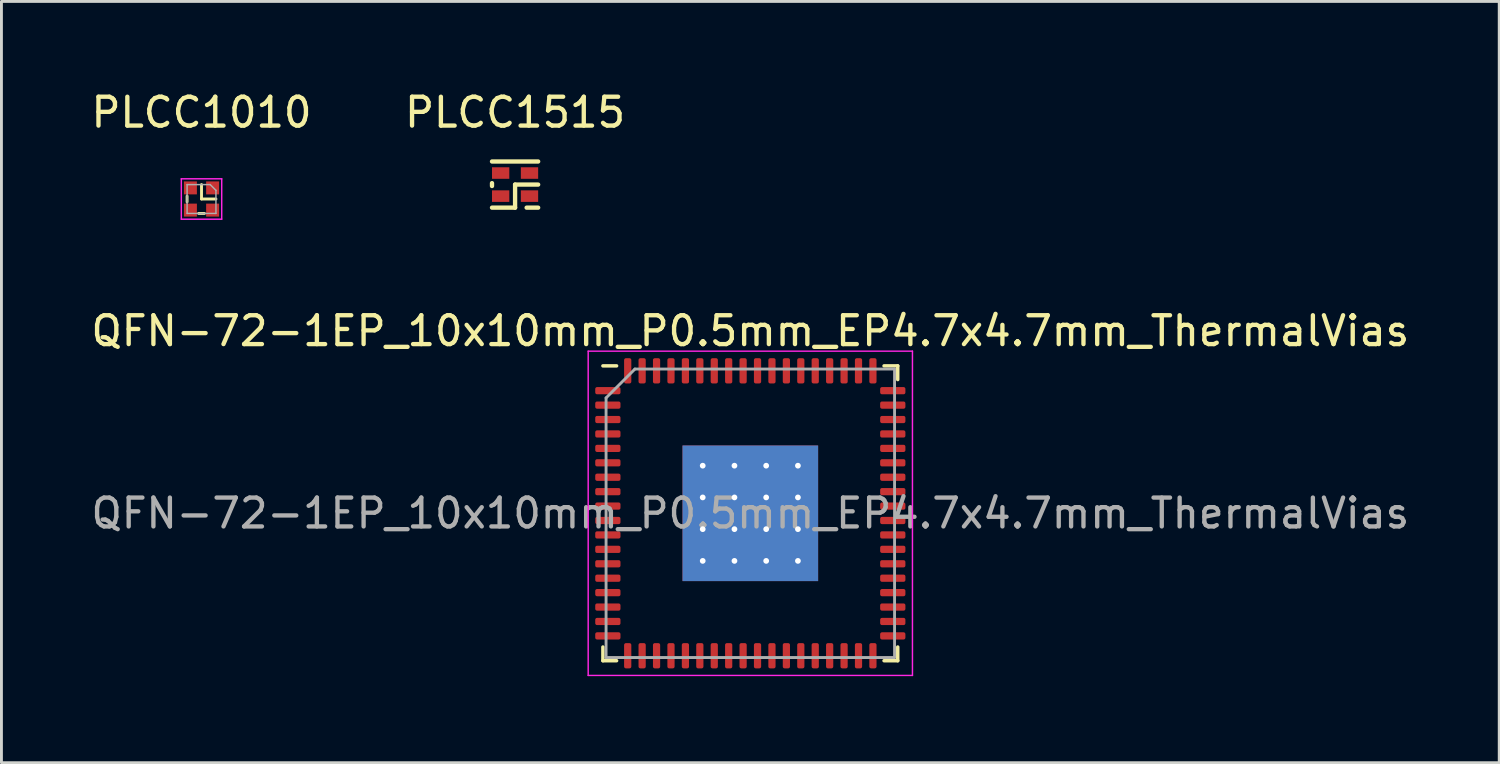
<source format=kicad_pcb>
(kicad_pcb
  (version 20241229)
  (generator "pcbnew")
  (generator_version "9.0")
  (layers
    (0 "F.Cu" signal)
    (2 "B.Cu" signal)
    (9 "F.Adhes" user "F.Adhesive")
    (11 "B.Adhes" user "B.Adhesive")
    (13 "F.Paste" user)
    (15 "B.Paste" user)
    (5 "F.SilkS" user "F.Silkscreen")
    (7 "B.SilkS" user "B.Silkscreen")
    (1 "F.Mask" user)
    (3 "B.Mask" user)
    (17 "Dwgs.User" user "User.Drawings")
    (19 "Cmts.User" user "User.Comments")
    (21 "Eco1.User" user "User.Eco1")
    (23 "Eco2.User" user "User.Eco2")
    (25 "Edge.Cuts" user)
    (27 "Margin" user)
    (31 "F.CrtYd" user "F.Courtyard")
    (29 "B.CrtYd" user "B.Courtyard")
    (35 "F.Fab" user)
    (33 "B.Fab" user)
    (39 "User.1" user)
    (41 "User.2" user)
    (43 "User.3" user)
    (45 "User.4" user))
  (footprint "PLCC1010"
    (layer "F.Cu")
    (at 3.935 3.848)
    (property "Reference" "PLCC1010" (at 0 -3 0) (layer "F.SilkS") (effects (font (size 1 1) (thickness 0.15))))
    (attr through_hole)
    (fp_line (start -0.5 0.1) (end -0.5 -0.1) (stroke (width 0.1) (type solid)) (layer "F.SilkS"))
    (fp_line (start -0.1 0.5) (end 0.1 0.5) (stroke (width 0.1) (type solid)) (layer "F.SilkS"))
    (fp_line (start 0 -0.5) (end 0 0) (stroke (width 0.1) (type solid)) (layer "F.SilkS"))
    (fp_line (start 0 0) (end 0.5 0) (stroke (width 0.1) (type solid)) (layer "F.SilkS"))
    (fp_line (start -0.7 -0.7) (end 0.7 -0.7) (stroke (width 0.05) (type solid)) (layer "F.CrtYd"))
    (fp_line (start -0.7 0.7) (end -0.7 -0.7) (stroke (width 0.05) (type solid)) (layer "F.CrtYd"))
    (fp_line (start 0.7 -0.7) (end 0.7 0.7) (stroke (width 0.05) (type solid)) (layer "F.CrtYd"))
    (fp_line (start 0.7 0.7) (end -0.7 0.7) (stroke (width 0.05) (type solid)) (layer "F.CrtYd"))
    (fp_line (start -0.5 -0.5) (end 0.3 -0.5) (stroke (width 0.05) (type solid)) (layer "F.Fab"))
    (fp_line (start -0.5 0.5) (end -0.5 -0.5) (stroke (width 0.05) (type solid)) (layer "F.Fab"))
    (fp_line (start 0.3 -0.5) (end 0.5 -0.3) (stroke (width 0.05) (type solid)) (layer "F.Fab"))
    (fp_line (start 0.5 -0.3) (end 0.5 0.5) (stroke (width 0.05) (type solid)) (layer "F.Fab"))
    (fp_line (start 0.5 0.5) (end -0.5 0.5) (stroke (width 0.05) (type solid)) (layer "F.Fab"))
    (pad "1" smd rect (at 0.385 -0.385) (size 0.45 0.45) (layers "F.Cu" "F.Mask" "F.Paste"))
    (pad "2" smd rect (at 0.385 0.385) (size 0.45 0.45) (layers "F.Cu" "F.Mask" "F.Paste"))
    (pad "3" smd rect (at -0.385 0.385) (size 0.45 0.45) (layers "F.Cu" "F.Mask" "F.Paste"))
    (pad "4" smd rect (at -0.385 -0.385) (size 0.45 0.45) (layers "F.Cu" "F.Mask" "F.Paste")))
  (footprint "PLCC1515"
    (layer "F.Cu")
    (at 14.804 3.348)
    (property "Reference" "PLCC1515" (at 0 -2.5 0) (layer "F.SilkS") (effects (font (size 1 1) (thickness 0.15))))
    (attr through_hole)
    (fp_line (start -0.8 -0.05) (end -0.8 0.05) (stroke (width 0.15) (type solid)) (layer "F.SilkS"))
    (fp_line (start -0.8 0.8) (end 0 0.8) (stroke (width 0.15) (type solid)) (layer "F.SilkS"))
    (fp_line (start 0 0) (end 0.8 0) (stroke (width 0.15) (type solid)) (layer "F.SilkS"))
    (fp_line (start 0 0.8) (end 0 0) (stroke (width 0.15) (type solid)) (layer "F.SilkS"))
    (fp_line (start 0.8 -0.8) (end -0.8 -0.8) (stroke (width 0.15) (type solid)) (layer "F.SilkS"))
    (fp_line (start 0.8 0.8) (end 0.4 0.8) (stroke (width 0.15) (type solid)) (layer "F.SilkS"))
    (pad "1" smd rect (at 0.5 0.4) (size 0.6 0.4) (layers "F.Cu" "F.Mask" "F.Paste"))
    (pad "2" smd rect (at -0.5 0.4) (size 0.6 0.4) (layers "F.Cu" "F.Mask" "F.Paste"))
    (pad "3" smd rect (at -0.5 -0.4) (size 0.6 0.4) (layers "F.Cu" "F.Mask" "F.Paste"))
    (pad "4" smd rect (at 0.5 -0.4) (size 0.6 0.4) (layers "F.Cu" "F.Mask" "F.Paste")))
  (footprint "QFN-72-1EP_10x10mm_P0.5mm_EP4.7x4.7mm_ThermalVias"
    (layer "F.Cu")
    (at 22.958 14.742)
    (property "Reference" "QFN-72-1EP_10x10mm_P0.5mm_EP4.7x4.7mm_ThermalVias" (at 0 -6.32 0) (layer "F.SilkS") (effects (font (size 1 1) (thickness 0.15))))
    (attr smd)
    (fp_line (start -5.11 5.11) (end -5.11 4.635) (stroke (width 0.12) (type solid)) (layer "F.SilkS"))
    (fp_line (start -4.635 -5.11) (end -5.11 -5.11) (stroke (width 0.12) (type solid)) (layer "F.SilkS"))
    (fp_line (start -4.635 5.11) (end -5.11 5.11) (stroke (width 0.12) (type solid)) (layer "F.SilkS"))
    (fp_line (start 4.635 -5.11) (end 5.11 -5.11) (stroke (width 0.12) (type solid)) (layer "F.SilkS"))
    (fp_line (start 4.635 5.11) (end 5.11 5.11) (stroke (width 0.12) (type solid)) (layer "F.SilkS"))
    (fp_line (start 5.11 -5.11) (end 5.11 -4.635) (stroke (width 0.12) (type solid)) (layer "F.SilkS"))
    (fp_line (start 5.11 5.11) (end 5.11 4.635) (stroke (width 0.12) (type solid)) (layer "F.SilkS"))
    (fp_line (start -5.62 -5.62) (end -5.62 5.62) (stroke (width 0.05) (type solid)) (layer "F.CrtYd"))
    (fp_line (start -5.62 5.62) (end 5.62 5.62) (stroke (width 0.05) (type solid)) (layer "F.CrtYd"))
    (fp_line (start 5.62 -5.62) (end -5.62 -5.62) (stroke (width 0.05) (type solid)) (layer "F.CrtYd"))
    (fp_line (start 5.62 5.62) (end 5.62 -5.62) (stroke (width 0.05) (type solid)) (layer "F.CrtYd"))
    (fp_line (start -5 -4) (end -4 -5) (stroke (width 0.1) (type solid)) (layer "F.Fab"))
    (fp_line (start -5 5) (end -5 -4) (stroke (width 0.1) (type solid)) (layer "F.Fab"))
    (fp_line (start -4 -5) (end 5 -5) (stroke (width 0.1) (type solid)) (layer "F.Fab"))
    (fp_line (start 5 -5) (end 5 5) (stroke (width 0.1) (type solid)) (layer "F.Fab"))
    (fp_line (start 5 5) (end -5 5) (stroke (width 0.1) (type solid)) (layer "F.Fab"))
    (fp_text user "${REFERENCE}" (at 0 0 0) (layer "F.Fab") (effects (font (size 1 1) (thickness 0.15))))
    (pad "" smd roundrect (at -1.1 -1.1) (size 0.93 0.93) (layers "F.Paste") (roundrect_rratio 0.25))
    (pad "" smd roundrect (at -1.1 0) (size 0.93 0.93) (layers "F.Paste") (roundrect_rratio 0.25))
    (pad "" smd roundrect (at -1.1 1.1) (size 0.93 0.93) (layers "F.Paste") (roundrect_rratio 0.25))
    (pad "" smd roundrect (at 0 -1.1) (size 0.93 0.93) (layers "F.Paste") (roundrect_rratio 0.25))
    (pad "" smd roundrect (at 0 0) (size 0.93 0.93) (layers "F.Paste") (roundrect_rratio 0.25))
    (pad "" smd roundrect (at 0 1.1) (size 0.93 0.93) (layers "F.Paste") (roundrect_rratio 0.25))
    (pad "" smd roundrect (at 1.1 -1.1) (size 0.93 0.93) (layers "F.Paste") (roundrect_rratio 0.25))
    (pad "" smd roundrect (at 1.1 0) (size 0.93 0.93) (layers "F.Paste") (roundrect_rratio 0.25))
    (pad "" smd roundrect (at 1.1 1.1) (size 0.93 0.93) (layers "F.Paste") (roundrect_rratio 0.25))
    (pad "1" smd roundrect (at -4.938 -4.25) (size 0.875 0.25) (layers "F.Cu" "F.Mask" "F.Paste") (roundrect_rratio 0.25))
    (pad "2" smd roundrect (at -4.938 -3.75) (size 0.875 0.25) (layers "F.Cu" "F.Mask" "F.Paste") (roundrect_rratio 0.25))
    (pad "3" smd roundrect (at -4.938 -3.25) (size 0.875 0.25) (layers "F.Cu" "F.Mask" "F.Paste") (roundrect_rratio 0.25))
    (pad "4" smd roundrect (at -4.938 -2.75) (size 0.875 0.25) (layers "F.Cu" "F.Mask" "F.Paste") (roundrect_rratio 0.25))
    (pad "5" smd roundrect (at -4.938 -2.25) (size 0.875 0.25) (layers "F.Cu" "F.Mask" "F.Paste") (roundrect_rratio 0.25))
    (pad "6" smd roundrect (at -4.938 -1.75) (size 0.875 0.25) (layers "F.Cu" "F.Mask" "F.Paste") (roundrect_rratio 0.25))
    (pad "7" smd roundrect (at -4.938 -1.25) (size 0.875 0.25) (layers "F.Cu" "F.Mask" "F.Paste") (roundrect_rratio 0.25))
    (pad "8" smd roundrect (at -4.938 -0.75) (size 0.875 0.25) (layers "F.Cu" "F.Mask" "F.Paste") (roundrect_rratio 0.25))
    (pad "9" smd roundrect (at -4.938 -0.25) (size 0.875 0.25) (layers "F.Cu" "F.Mask" "F.Paste") (roundrect_rratio 0.25))
    (pad "10" smd roundrect (at -4.938 0.25) (size 0.875 0.25) (layers "F.Cu" "F.Mask" "F.Paste") (roundrect_rratio 0.25))
    (pad "11" smd roundrect (at -4.938 0.75) (size 0.875 0.25) (layers "F.Cu" "F.Mask" "F.Paste") (roundrect_rratio 0.25))
    (pad "12" smd roundrect (at -4.938 1.25) (size 0.875 0.25) (layers "F.Cu" "F.Mask" "F.Paste") (roundrect_rratio 0.25))
    (pad "13" smd roundrect (at -4.938 1.75) (size 0.875 0.25) (layers "F.Cu" "F.Mask" "F.Paste") (roundrect_rratio 0.25))
    (pad "14" smd roundrect (at -4.938 2.25) (size 0.875 0.25) (layers "F.Cu" "F.Mask" "F.Paste") (roundrect_rratio 0.25))
    (pad "15" smd roundrect (at -4.938 2.75) (size 0.875 0.25) (layers "F.Cu" "F.Mask" "F.Paste") (roundrect_rratio 0.25))
    (pad "16" smd roundrect (at -4.938 3.25) (size 0.875 0.25) (layers "F.Cu" "F.Mask" "F.Paste") (roundrect_rratio 0.25))
    (pad "17" smd roundrect (at -4.938 3.75) (size 0.875 0.25) (layers "F.Cu" "F.Mask" "F.Paste") (roundrect_rratio 0.25))
    (pad "18" smd roundrect (at -4.938 4.25) (size 0.875 0.25) (layers "F.Cu" "F.Mask" "F.Paste") (roundrect_rratio 0.25))
    (pad "19" smd roundrect (at -4.25 4.938) (size 0.25 0.875) (layers "F.Cu" "F.Mask" "F.Paste") (roundrect_rratio 0.25))
    (pad "20" smd roundrect (at -3.75 4.938) (size 0.25 0.875) (layers "F.Cu" "F.Mask" "F.Paste") (roundrect_rratio 0.25))
    (pad "21" smd roundrect (at -3.25 4.938) (size 0.25 0.875) (layers "F.Cu" "F.Mask" "F.Paste") (roundrect_rratio 0.25))
    (pad "22" smd roundrect (at -2.75 4.938) (size 0.25 0.875) (layers "F.Cu" "F.Mask" "F.Paste") (roundrect_rratio 0.25))
    (pad "23" smd roundrect (at -2.25 4.938) (size 0.25 0.875) (layers "F.Cu" "F.Mask" "F.Paste") (roundrect_rratio 0.25))
    (pad "24" smd roundrect (at -1.75 4.938) (size 0.25 0.875) (layers "F.Cu" "F.Mask" "F.Paste") (roundrect_rratio 0.25))
    (pad "25" smd roundrect (at -1.25 4.938) (size 0.25 0.875) (layers "F.Cu" "F.Mask" "F.Paste") (roundrect_rratio 0.25))
    (pad "26" smd roundrect (at -0.75 4.938) (size 0.25 0.875) (layers "F.Cu" "F.Mask" "F.Paste") (roundrect_rratio 0.25))
    (pad "27" smd roundrect (at -0.25 4.938) (size 0.25 0.875) (layers "F.Cu" "F.Mask" "F.Paste") (roundrect_rratio 0.25))
    (pad "28" smd roundrect (at 0.25 4.938) (size 0.25 0.875) (layers "F.Cu" "F.Mask" "F.Paste") (roundrect_rratio 0.25))
    (pad "29" smd roundrect (at 0.75 4.938) (size 0.25 0.875) (layers "F.Cu" "F.Mask" "F.Paste") (roundrect_rratio 0.25))
    (pad "30" smd roundrect (at 1.25 4.938) (size 0.25 0.875) (layers "F.Cu" "F.Mask" "F.Paste") (roundrect_rratio 0.25))
    (pad "31" smd roundrect (at 1.75 4.938) (size 0.25 0.875) (layers "F.Cu" "F.Mask" "F.Paste") (roundrect_rratio 0.25))
    (pad "32" smd roundrect (at 2.25 4.938) (size 0.25 0.875) (layers "F.Cu" "F.Mask" "F.Paste") (roundrect_rratio 0.25))
    (pad "33" smd roundrect (at 2.75 4.938) (size 0.25 0.875) (layers "F.Cu" "F.Mask" "F.Paste") (roundrect_rratio 0.25))
    (pad "34" smd roundrect (at 3.25 4.938) (size 0.25 0.875) (layers "F.Cu" "F.Mask" "F.Paste") (roundrect_rratio 0.25))
    (pad "35" smd roundrect (at 3.75 4.938) (size 0.25 0.875) (layers "F.Cu" "F.Mask" "F.Paste") (roundrect_rratio 0.25))
    (pad "36" smd roundrect (at 4.25 4.938) (size 0.25 0.875) (layers "F.Cu" "F.Mask" "F.Paste") (roundrect_rratio 0.25))
    (pad "37" smd roundrect (at 4.938 4.25) (size 0.875 0.25) (layers "F.Cu" "F.Mask" "F.Paste") (roundrect_rratio 0.25))
    (pad "38" smd roundrect (at 4.938 3.75) (size 0.875 0.25) (layers "F.Cu" "F.Mask" "F.Paste") (roundrect_rratio 0.25))
    (pad "39" smd roundrect (at 4.938 3.25) (size 0.875 0.25) (layers "F.Cu" "F.Mask" "F.Paste") (roundrect_rratio 0.25))
    (pad "40" smd roundrect (at 4.938 2.75) (size 0.875 0.25) (layers "F.Cu" "F.Mask" "F.Paste") (roundrect_rratio 0.25))
    (pad "41" smd roundrect (at 4.938 2.25) (size 0.875 0.25) (layers "F.Cu" "F.Mask" "F.Paste") (roundrect_rratio 0.25))
    (pad "42" smd roundrect (at 4.938 1.75) (size 0.875 0.25) (layers "F.Cu" "F.Mask" "F.Paste") (roundrect_rratio 0.25))
    (pad "43" smd roundrect (at 4.938 1.25) (size 0.875 0.25) (layers "F.Cu" "F.Mask" "F.Paste") (roundrect_rratio 0.25))
    (pad "44" smd roundrect (at 4.938 0.75) (size 0.875 0.25) (layers "F.Cu" "F.Mask" "F.Paste") (roundrect_rratio 0.25))
    (pad "45" smd roundrect (at 4.938 0.25) (size 0.875 0.25) (layers "F.Cu" "F.Mask" "F.Paste") (roundrect_rratio 0.25))
    (pad "46" smd roundrect (at 4.938 -0.25) (size 0.875 0.25) (layers "F.Cu" "F.Mask" "F.Paste") (roundrect_rratio 0.25))
    (pad "47" smd roundrect (at 4.938 -0.75) (size 0.875 0.25) (layers "F.Cu" "F.Mask" "F.Paste") (roundrect_rratio 0.25))
    (pad "48" smd roundrect (at 4.938 -1.25) (size 0.875 0.25) (layers "F.Cu" "F.Mask" "F.Paste") (roundrect_rratio 0.25))
    (pad "49" smd roundrect (at 4.938 -1.75) (size 0.875 0.25) (layers "F.Cu" "F.Mask" "F.Paste") (roundrect_rratio 0.25))
    (pad "50" smd roundrect (at 4.938 -2.25) (size 0.875 0.25) (layers "F.Cu" "F.Mask" "F.Paste") (roundrect_rratio 0.25))
    (pad "51" smd roundrect (at 4.938 -2.75) (size 0.875 0.25) (layers "F.Cu" "F.Mask" "F.Paste") (roundrect_rratio 0.25))
    (pad "52" smd roundrect (at 4.938 -3.25) (size 0.875 0.25) (layers "F.Cu" "F.Mask" "F.Paste") (roundrect_rratio 0.25))
    (pad "53" smd roundrect (at 4.938 -3.75) (size 0.875 0.25) (layers "F.Cu" "F.Mask" "F.Paste") (roundrect_rratio 0.25))
    (pad "54" smd roundrect (at 4.938 -4.25) (size 0.875 0.25) (layers "F.Cu" "F.Mask" "F.Paste") (roundrect_rratio 0.25))
    (pad "55" smd roundrect (at 4.25 -4.938) (size 0.25 0.875) (layers "F.Cu" "F.Mask" "F.Paste") (roundrect_rratio 0.25))
    (pad "56" smd roundrect (at 3.75 -4.938) (size 0.25 0.875) (layers "F.Cu" "F.Mask" "F.Paste") (roundrect_rratio 0.25))
    (pad "57" smd roundrect (at 3.25 -4.938) (size 0.25 0.875) (layers "F.Cu" "F.Mask" "F.Paste") (roundrect_rratio 0.25))
    (pad "58" smd roundrect (at 2.75 -4.938) (size 0.25 0.875) (layers "F.Cu" "F.Mask" "F.Paste") (roundrect_rratio 0.25))
    (pad "59" smd roundrect (at 2.25 -4.938) (size 0.25 0.875) (layers "F.Cu" "F.Mask" "F.Paste") (roundrect_rratio 0.25))
    (pad "60" smd roundrect (at 1.75 -4.938) (size 0.25 0.875) (layers "F.Cu" "F.Mask" "F.Paste") (roundrect_rratio 0.25))
    (pad "61" smd roundrect (at 1.25 -4.938) (size 0.25 0.875) (layers "F.Cu" "F.Mask" "F.Paste") (roundrect_rratio 0.25))
    (pad "62" smd roundrect (at 0.75 -4.938) (size 0.25 0.875) (layers "F.Cu" "F.Mask" "F.Paste") (roundrect_rratio 0.25))
    (pad "63" smd roundrect (at 0.25 -4.938) (size 0.25 0.875) (layers "F.Cu" "F.Mask" "F.Paste") (roundrect_rratio 0.25))
    (pad "64" smd roundrect (at -0.25 -4.938) (size 0.25 0.875) (layers "F.Cu" "F.Mask" "F.Paste") (roundrect_rratio 0.25))
    (pad "65" smd roundrect (at -0.75 -4.938) (size 0.25 0.875) (layers "F.Cu" "F.Mask" "F.Paste") (roundrect_rratio 0.25))
    (pad "66" smd roundrect (at -1.25 -4.938) (size 0.25 0.875) (layers "F.Cu" "F.Mask" "F.Paste") (roundrect_rratio 0.25))
    (pad "67" smd roundrect (at -1.75 -4.938) (size 0.25 0.875) (layers "F.Cu" "F.Mask" "F.Paste") (roundrect_rratio 0.25))
    (pad "68" smd roundrect (at -2.25 -4.938) (size 0.25 0.875) (layers "F.Cu" "F.Mask" "F.Paste") (roundrect_rratio 0.25))
    (pad "69" smd roundrect (at -2.75 -4.938) (size 0.25 0.875) (layers "F.Cu" "F.Mask" "F.Paste") (roundrect_rratio 0.25))
    (pad "70" smd roundrect (at -3.25 -4.938) (size 0.25 0.875) (layers "F.Cu" "F.Mask" "F.Paste") (roundrect_rratio 0.25))
    (pad "71" smd roundrect (at -3.75 -4.938) (size 0.25 0.875) (layers "F.Cu" "F.Mask" "F.Paste") (roundrect_rratio 0.25))
    (pad "72" smd roundrect (at -4.25 -4.938) (size 0.25 0.875) (layers "F.Cu" "F.Mask" "F.Paste") (roundrect_rratio 0.25))
    (pad "73" thru_hole circle (at -1.65 -1.65) (size 0.5 0.5) (drill 0.2) (layers "*.Cu"))
    (pad "73" thru_hole circle (at -1.65 -0.55) (size 0.5 0.5) (drill 0.2) (layers "*.Cu"))
    (pad "73" thru_hole circle (at -1.65 0.55) (size 0.5 0.5) (drill 0.2) (layers "*.Cu"))
    (pad "73" thru_hole circle (at -1.65 1.65) (size 0.5 0.5) (drill 0.2) (layers "*.Cu"))
    (pad "73" thru_hole circle (at -0.55 -1.65) (size 0.5 0.5) (drill 0.2) (layers "*.Cu"))
    (pad "73" thru_hole circle (at -0.55 -0.55) (size 0.5 0.5) (drill 0.2) (layers "*.Cu"))
    (pad "73" thru_hole circle (at -0.55 0.55) (size 0.5 0.5) (drill 0.2) (layers "*.Cu"))
    (pad "73" thru_hole circle (at -0.55 1.65) (size 0.5 0.5) (drill 0.2) (layers "*.Cu"))
    (pad "73" smd rect (at 0 0) (size 4.7 4.7) (layers "F.Cu" "F.Mask"))
    (pad "73" smd rect (at 0 0) (size 4.7 4.7) (layers "B.Cu"))
    (pad "73" thru_hole circle (at 0.55 -1.65) (size 0.5 0.5) (drill 0.2) (layers "*.Cu"))
    (pad "73" thru_hole circle (at 0.55 -0.55) (size 0.5 0.5) (drill 0.2) (layers "*.Cu"))
    (pad "73" thru_hole circle (at 0.55 0.55) (size 0.5 0.5) (drill 0.2) (layers "*.Cu"))
    (pad "73" thru_hole circle (at 0.55 1.65) (size 0.5 0.5) (drill 0.2) (layers "*.Cu"))
    (pad "73" thru_hole circle (at 1.65 -1.65) (size 0.5 0.5) (drill 0.2) (layers "*.Cu"))
    (pad "73" thru_hole circle (at 1.65 -0.55) (size 0.5 0.5) (drill 0.2) (layers "*.Cu"))
    (pad "73" thru_hole circle (at 1.65 0.55) (size 0.5 0.5) (drill 0.2) (layers "*.Cu"))
    (pad "73" thru_hole circle (at 1.65 1.65) (size 0.5 0.5) (drill 0.2) (layers "*.Cu")))
  (gr_rect
    (start -3 -3)
    (end 48.917 23.387)
    (stroke (width 0.1) (type default))
    (fill no)
    (layer "Edge.Cuts")))
</source>
